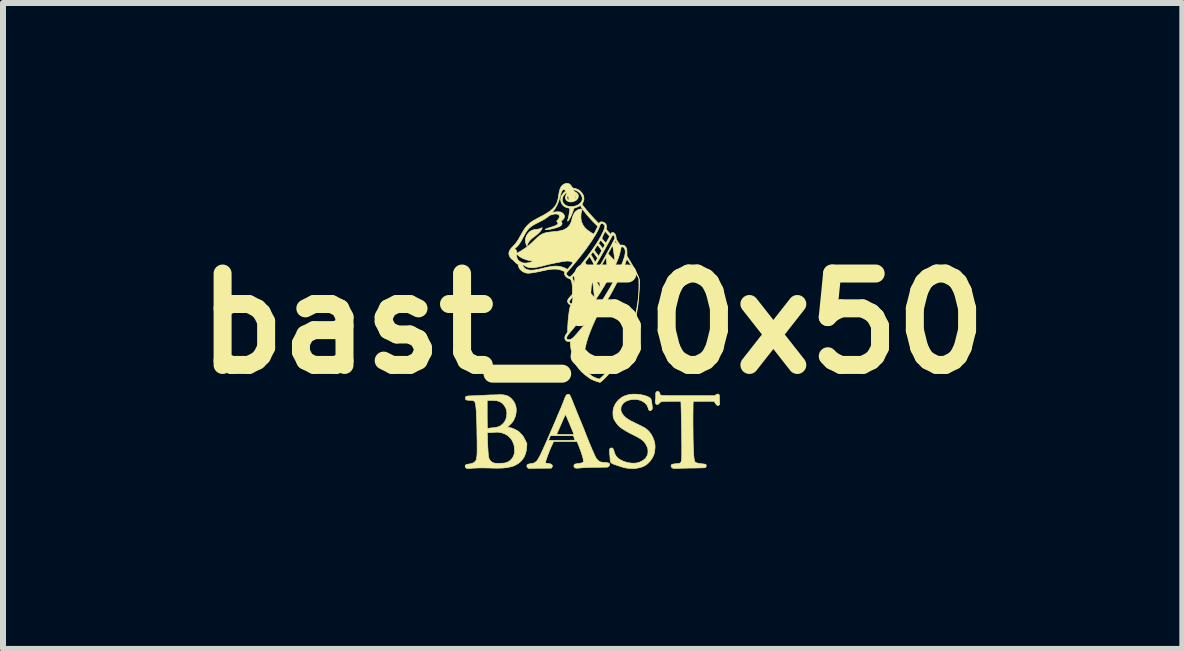
<source format=kicad_pcb>
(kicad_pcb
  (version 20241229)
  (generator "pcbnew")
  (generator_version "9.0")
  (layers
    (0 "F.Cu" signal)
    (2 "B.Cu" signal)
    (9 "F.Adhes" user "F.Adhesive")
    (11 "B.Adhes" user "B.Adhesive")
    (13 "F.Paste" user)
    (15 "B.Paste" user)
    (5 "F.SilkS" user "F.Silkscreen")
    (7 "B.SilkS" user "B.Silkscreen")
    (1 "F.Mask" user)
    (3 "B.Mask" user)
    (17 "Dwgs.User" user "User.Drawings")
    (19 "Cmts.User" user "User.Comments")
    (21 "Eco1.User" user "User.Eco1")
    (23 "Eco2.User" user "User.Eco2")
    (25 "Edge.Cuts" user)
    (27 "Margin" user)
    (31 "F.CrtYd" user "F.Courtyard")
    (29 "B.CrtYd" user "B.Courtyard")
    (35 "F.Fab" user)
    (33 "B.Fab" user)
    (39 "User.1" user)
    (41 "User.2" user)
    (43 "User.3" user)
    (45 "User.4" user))
  (footprint "bast_50x50"
    (layer "F.Cu")
    (at 6.829 2.344)
    (property "Reference" "bast_50x50" (at 0 0 0) (layer "F.SilkS") (effects (font (size 1.524 1.524) (thickness 0.3))))
    (attr through_hole)
    (fp_poly (pts (xy -0.842 -1.594) (xy -0.846 -1.582) (xy -0.851 -1.571) (xy -0.862 -1.552) (xy -0.877 -1.532) (xy -0.898 -1.511) (xy -0.925 -1.487) (xy -0.961 -1.459) (xy -0.965 -1.455) (xy -1.001 -1.428) (xy -1.029 -1.404) (xy -1.05 -1.382) (xy -1.066 -1.36) (xy -1.078 -1.338) (xy -1.088 -1.314) (xy -1.09 -1.308) (xy -1.096 -1.288) (xy -1.104 -1.307) (xy -1.118 -1.35) (xy -1.121 -1.392) (xy -1.115 -1.433) (xy -1.099 -1.472) (xy -1.074 -1.508) (xy -1.07 -1.513) (xy -1.044 -1.537) (xy -1.017 -1.553) (xy -0.986 -1.564) (xy -0.949 -1.57) (xy -0.949 -1.57) (xy -0.914 -1.574) (xy -0.887 -1.58) (xy -0.866 -1.588) (xy -0.855 -1.594) (xy -0.845 -1.599) (xy -0.841 -1.599) (xy -0.842 -1.594)) (stroke (width 0.01) (type solid)) (fill yes) (layer "F.SilkS"))
    (fp_poly (pts (xy 0.769 1.18) (xy 0.819 1.188) (xy 0.867 1.199) (xy 0.908 1.213) (xy 0.924 1.22) (xy 0.942 1.231) (xy 0.958 1.242) (xy 0.967 1.251) (xy 0.974 1.265) (xy 0.98 1.289) (xy 0.986 1.323) (xy 0.991 1.368) (xy 0.993 1.385) (xy 0.995 1.404) (xy 0.994 1.416) (xy 0.992 1.425) (xy 0.986 1.434) (xy 0.983 1.437) (xy 0.968 1.45) (xy 0.954 1.453) (xy 0.942 1.446) (xy 0.931 1.431) (xy 0.924 1.406) (xy 0.924 1.406) (xy 0.912 1.373) (xy 0.892 1.343) (xy 0.863 1.316) (xy 0.826 1.293) (xy 0.804 1.283) (xy 0.767 1.271) (xy 0.73 1.264) (xy 0.688 1.264) (xy 0.665 1.265) (xy 0.614 1.273) (xy 0.57 1.288) (xy 0.533 1.308) (xy 0.504 1.335) (xy 0.483 1.368) (xy 0.474 1.392) (xy 0.469 1.425) (xy 0.474 1.46) (xy 0.489 1.494) (xy 0.512 1.527) (xy 0.543 1.56) (xy 0.583 1.59) (xy 0.601 1.601) (xy 0.616 1.61) (xy 0.639 1.623) (xy 0.668 1.637) (xy 0.699 1.653) (xy 0.732 1.669) (xy 0.742 1.674) (xy 0.781 1.693) (xy 0.812 1.708) (xy 0.837 1.721) (xy 0.857 1.732) (xy 0.873 1.741) (xy 0.886 1.75) (xy 0.899 1.76) (xy 0.911 1.77) (xy 0.947 1.806) (xy 0.979 1.851) (xy 1.005 1.901) (xy 1.025 1.955) (xy 1.037 2.008) (xy 1.039 2.03) (xy 1.04 2.053) (xy 1.039 2.08) (xy 1.036 2.103) (xy 1.032 2.138) (xy 1.026 2.166) (xy 1.018 2.19) (xy 1.007 2.215) (xy 0.991 2.244) (xy 0.987 2.251) (xy 0.953 2.298) (xy 0.915 2.336) (xy 0.872 2.367) (xy 0.823 2.39) (xy 0.766 2.405) (xy 0.72 2.413) (xy 0.698 2.415) (xy 0.68 2.417) (xy 0.668 2.417) (xy 0.664 2.417) (xy 0.657 2.417) (xy 0.642 2.415) (xy 0.621 2.414) (xy 0.607 2.413) (xy 0.586 2.411) (xy 0.567 2.409) (xy 0.548 2.405) (xy 0.528 2.401) (xy 0.504 2.394) (xy 0.473 2.385) (xy 0.46 2.381) (xy 0.411 2.365) (xy 0.371 2.351) (xy 0.34 2.339) (xy 0.318 2.328) (xy 0.307 2.32) (xy 0.303 2.315) (xy 0.3 2.31) (xy 0.297 2.302) (xy 0.295 2.292) (xy 0.293 2.278) (xy 0.291 2.258) (xy 0.289 2.23) (xy 0.286 2.195) (xy 0.284 2.175) (xy 0.282 2.145) (xy 0.281 2.123) (xy 0.281 2.108) (xy 0.282 2.098) (xy 0.284 2.09) (xy 0.287 2.085) (xy 0.298 2.075) (xy 0.314 2.072) (xy 0.33 2.076) (xy 0.338 2.083) (xy 0.343 2.092) (xy 0.35 2.108) (xy 0.356 2.128) (xy 0.358 2.136) (xy 0.372 2.175) (xy 0.391 2.209) (xy 0.417 2.238) (xy 0.45 2.263) (xy 0.492 2.285) (xy 0.513 2.295) (xy 0.575 2.315) (xy 0.639 2.325) (xy 0.677 2.327) (xy 0.719 2.325) (xy 0.754 2.319) (xy 0.786 2.308) (xy 0.815 2.294) (xy 0.848 2.274) (xy 0.873 2.253) (xy 0.892 2.23) (xy 0.905 2.206) (xy 0.914 2.188) (xy 0.918 2.173) (xy 0.921 2.157) (xy 0.922 2.136) (xy 0.922 2.129) (xy 0.921 2.106) (xy 0.919 2.089) (xy 0.915 2.073) (xy 0.907 2.055) (xy 0.903 2.045) (xy 0.889 2.018) (xy 0.875 1.994) (xy 0.86 1.974) (xy 0.842 1.955) (xy 0.821 1.937) (xy 0.795 1.919) (xy 0.763 1.9) (xy 0.724 1.879) (xy 0.68 1.857) (xy 0.648 1.841) (xy 0.617 1.825) (xy 0.589 1.81) (xy 0.566 1.797) (xy 0.55 1.787) (xy 0.545 1.784) (xy 0.524 1.771) (xy 0.5 1.756) (xy 0.484 1.746) (xy 0.457 1.726) (xy 0.429 1.699) (xy 0.402 1.667) (xy 0.377 1.632) (xy 0.358 1.598) (xy 0.347 1.574) (xy 0.342 1.551) (xy 0.339 1.521) (xy 0.338 1.488) (xy 0.34 1.454) (xy 0.344 1.423) (xy 0.349 1.405) (xy 0.37 1.354) (xy 0.4 1.308) (xy 0.438 1.266) (xy 0.482 1.232) (xy 0.483 1.231) (xy 0.514 1.213) (xy 0.548 1.199) (xy 0.587 1.188) (xy 0.626 1.181) (xy 0.669 1.176) (xy 0.718 1.176) (xy 0.769 1.18)) (stroke (width 0.01) (type solid)) (fill yes) (layer "F.SilkS"))
    (fp_poly (pts (xy 1.091 1.13) (xy 1.105 1.138) (xy 1.116 1.153) (xy 1.121 1.168) (xy 1.122 1.173) (xy 1.123 1.179) (xy 1.124 1.183) (xy 1.127 1.187) (xy 1.131 1.19) (xy 1.138 1.193) (xy 1.148 1.195) (xy 1.162 1.197) (xy 1.179 1.198) (xy 1.202 1.199) (xy 1.23 1.2) (xy 1.265 1.201) (xy 1.306 1.201) (xy 1.354 1.201) (xy 1.411 1.201) (xy 1.476 1.201) (xy 1.55 1.201) (xy 1.592 1.201) (xy 2.035 1.201) (xy 2.054 1.187) (xy 2.074 1.176) (xy 2.09 1.174) (xy 2.103 1.181) (xy 2.105 1.183) (xy 2.11 1.19) (xy 2.112 1.201) (xy 2.113 1.216) (xy 2.113 1.235) (xy 2.113 1.261) (xy 2.114 1.288) (xy 2.115 1.31) (xy 2.116 1.311) (xy 2.117 1.33) (xy 2.117 1.341) (xy 2.114 1.349) (xy 2.109 1.356) (xy 2.094 1.365) (xy 2.079 1.364) (xy 2.064 1.354) (xy 2.049 1.334) (xy 2.045 1.326) (xy 2.035 1.311) (xy 2.025 1.3) (xy 2.021 1.297) (xy 2.013 1.296) (xy 1.998 1.296) (xy 1.975 1.295) (xy 1.946 1.295) (xy 1.914 1.295) (xy 1.879 1.295) (xy 1.842 1.295) (xy 1.806 1.295) (xy 1.772 1.295) (xy 1.741 1.296) (xy 1.714 1.296) (xy 1.694 1.297) (xy 1.68 1.298) (xy 1.676 1.299) (xy 1.676 1.305) (xy 1.675 1.32) (xy 1.674 1.343) (xy 1.674 1.373) (xy 1.673 1.41) (xy 1.673 1.452) (xy 1.672 1.499) (xy 1.672 1.549) (xy 1.672 1.601) (xy 1.672 1.654) (xy 1.672 1.709) (xy 1.673 1.762) (xy 1.673 1.815) (xy 1.674 1.864) (xy 1.674 1.911) (xy 1.675 1.953) (xy 1.676 1.989) (xy 1.676 2.014) (xy 1.679 2.085) (xy 1.682 2.145) (xy 1.685 2.196) (xy 1.689 2.237) (xy 1.694 2.268) (xy 1.698 2.29) (xy 1.703 2.301) (xy 1.716 2.313) (xy 1.739 2.323) (xy 1.77 2.331) (xy 1.811 2.336) (xy 1.815 2.337) (xy 1.844 2.339) (xy 1.864 2.342) (xy 1.878 2.345) (xy 1.886 2.348) (xy 1.89 2.352) (xy 1.892 2.359) (xy 1.893 2.359) (xy 1.893 2.373) (xy 1.888 2.388) (xy 1.881 2.399) (xy 1.879 2.401) (xy 1.873 2.402) (xy 1.857 2.403) (xy 1.834 2.404) (xy 1.803 2.405) (xy 1.766 2.406) (xy 1.725 2.407) (xy 1.679 2.408) (xy 1.63 2.408) (xy 1.628 2.408) (xy 1.579 2.409) (xy 1.533 2.41) (xy 1.491 2.411) (xy 1.454 2.412) (xy 1.423 2.412) (xy 1.399 2.413) (xy 1.383 2.414) (xy 1.377 2.414) (xy 1.377 2.414) (xy 1.366 2.415) (xy 1.356 2.415) (xy 1.332 2.408) (xy 1.315 2.396) (xy 1.307 2.381) (xy 1.308 2.365) (xy 1.311 2.356) (xy 1.319 2.349) (xy 1.331 2.344) (xy 1.349 2.34) (xy 1.376 2.337) (xy 1.389 2.336) (xy 1.412 2.334) (xy 1.431 2.332) (xy 1.446 2.329) (xy 1.458 2.324) (xy 1.467 2.316) (xy 1.474 2.305) (xy 1.479 2.288) (xy 1.482 2.266) (xy 1.484 2.237) (xy 1.485 2.201) (xy 1.485 2.157) (xy 1.485 2.109) (xy 1.485 2.08) (xy 1.485 2.045) (xy 1.485 2.004) (xy 1.484 1.957) (xy 1.484 1.907) (xy 1.483 1.854) (xy 1.482 1.798) (xy 1.481 1.742) (xy 1.48 1.685) (xy 1.479 1.628) (xy 1.478 1.573) (xy 1.477 1.521) (xy 1.476 1.472) (xy 1.475 1.427) (xy 1.474 1.387) (xy 1.473 1.353) (xy 1.472 1.326) (xy 1.471 1.308) (xy 1.471 1.298) (xy 1.47 1.296) (xy 1.465 1.295) (xy 1.45 1.295) (xy 1.429 1.295) (xy 1.402 1.295) (xy 1.37 1.295) (xy 1.336 1.295) (xy 1.301 1.295) (xy 1.266 1.296) (xy 1.233 1.297) (xy 1.204 1.297) (xy 1.179 1.298) (xy 1.16 1.299) (xy 1.15 1.3) (xy 1.148 1.3) (xy 1.136 1.307) (xy 1.121 1.318) (xy 1.11 1.328) (xy 1.093 1.344) (xy 1.079 1.351) (xy 1.066 1.348) (xy 1.057 1.341) (xy 1.047 1.325) (xy 1.043 1.302) (xy 1.045 1.276) (xy 1.046 1.271) (xy 1.049 1.254) (xy 1.051 1.231) (xy 1.051 1.209) (xy 1.051 1.183) (xy 1.051 1.166) (xy 1.052 1.154) (xy 1.055 1.147) (xy 1.059 1.141) (xy 1.062 1.138) (xy 1.076 1.129) (xy 1.091 1.13)) (stroke (width 0.01) (type solid)) (fill yes) (layer "F.SilkS"))
    (fp_poly (pts (xy -0.397 1.179) (xy -0.391 1.181) (xy -0.386 1.185) (xy -0.381 1.193) (xy -0.374 1.204) (xy -0.367 1.22) (xy -0.357 1.242) (xy -0.345 1.27) (xy -0.331 1.305) (xy -0.314 1.349) (xy -0.305 1.372) (xy -0.287 1.415) (xy -0.268 1.463) (xy -0.247 1.514) (xy -0.227 1.563) (xy -0.209 1.607) (xy -0.202 1.623) (xy -0.186 1.66) (xy -0.171 1.699) (xy -0.156 1.735) (xy -0.142 1.769) (xy -0.132 1.796) (xy -0.127 1.808) (xy -0.107 1.861) (xy -0.084 1.917) (xy -0.061 1.975) (xy -0.037 2.032) (xy -0.014 2.087) (xy 0.008 2.137) (xy 0.028 2.182) (xy 0.045 2.22) (xy 0.046 2.221) (xy 0.065 2.253) (xy 0.089 2.28) (xy 0.116 2.299) (xy 0.125 2.304) (xy 0.141 2.308) (xy 0.164 2.312) (xy 0.194 2.315) (xy 0.204 2.316) (xy 0.235 2.318) (xy 0.258 2.322) (xy 0.272 2.328) (xy 0.281 2.335) (xy 0.284 2.346) (xy 0.284 2.351) (xy 0.28 2.364) (xy 0.269 2.378) (xy 0.255 2.389) (xy 0.241 2.393) (xy 0.24 2.393) (xy 0.232 2.393) (xy 0.215 2.394) (xy 0.19 2.394) (xy 0.159 2.394) (xy 0.123 2.395) (xy 0.084 2.395) (xy 0.061 2.395) (xy -0.016 2.396) (xy -0.084 2.398) (xy -0.141 2.401) (xy -0.188 2.404) (xy -0.189 2.405) (xy -0.224 2.408) (xy -0.251 2.41) (xy -0.27 2.41) (xy -0.284 2.408) (xy -0.294 2.404) (xy -0.302 2.398) (xy -0.307 2.392) (xy -0.314 2.376) (xy -0.312 2.362) (xy -0.305 2.351) (xy -0.299 2.346) (xy -0.291 2.341) (xy -0.278 2.338) (xy -0.259 2.335) (xy -0.245 2.334) (xy -0.22 2.33) (xy -0.196 2.325) (xy -0.179 2.32) (xy -0.175 2.319) (xy -0.155 2.309) (xy -0.156 2.278) (xy -0.158 2.26) (xy -0.164 2.233) (xy -0.174 2.199) (xy -0.186 2.16) (xy -0.201 2.117) (xy -0.219 2.07) (xy -0.236 2.026) (xy -0.26 1.966) (xy -0.651 1.966) (xy -0.675 2.018) (xy -0.69 2.049) (xy -0.705 2.084) (xy -0.72 2.12) (xy -0.734 2.157) (xy -0.748 2.193) (xy -0.76 2.227) (xy -0.771 2.258) (xy -0.779 2.284) (xy -0.784 2.303) (xy -0.786 2.315) (xy -0.786 2.318) (xy -0.782 2.323) (xy -0.775 2.326) (xy -0.762 2.329) (xy -0.741 2.332) (xy -0.724 2.334) (xy -0.7 2.34) (xy -0.682 2.35) (xy -0.672 2.364) (xy -0.671 2.38) (xy -0.679 2.396) (xy -0.68 2.398) (xy -0.69 2.41) (xy -0.857 2.411) (xy -0.897 2.411) (xy -0.935 2.411) (xy -0.969 2.412) (xy -0.997 2.412) (xy -1.019 2.413) (xy -1.033 2.414) (xy -1.036 2.414) (xy -1.052 2.415) (xy -1.062 2.414) (xy -1.079 2.407) (xy -1.092 2.393) (xy -1.097 2.376) (xy -1.097 2.375) (xy -1.094 2.359) (xy -1.085 2.348) (xy -1.067 2.341) (xy -1.042 2.336) (xy -1.009 2.331) (xy -0.983 2.325) (xy -0.962 2.315) (xy -0.943 2.3) (xy -0.939 2.297) (xy -0.93 2.288) (xy -0.92 2.275) (xy -0.91 2.259) (xy -0.898 2.239) (xy -0.884 2.214) (xy -0.869 2.183) (xy -0.851 2.146) (xy -0.831 2.102) (xy -0.808 2.051) (xy -0.782 1.992) (xy -0.761 1.946) (xy -0.737 1.946) (xy -0.516 1.946) (xy -0.469 1.946) (xy -0.426 1.945) (xy -0.388 1.945) (xy -0.354 1.944) (xy -0.327 1.944) (xy -0.308 1.943) (xy -0.297 1.942) (xy -0.295 1.942) (xy -0.296 1.936) (xy -0.301 1.923) (xy -0.307 1.906) (xy -0.308 1.904) (xy -0.322 1.869) (xy -0.705 1.869) (xy -0.712 1.888) (xy -0.72 1.907) (xy -0.728 1.925) (xy -0.728 1.927) (xy -0.737 1.946) (xy -0.761 1.946) (xy -0.752 1.924) (xy -0.74 1.897) (xy -0.727 1.868) (xy -0.717 1.844) (xy -0.599 1.844) (xy -0.594 1.846) (xy -0.58 1.847) (xy -0.557 1.848) (xy -0.526 1.849) (xy -0.489 1.849) (xy -0.455 1.849) (xy -0.311 1.849) (xy -0.34 1.777) (xy -0.349 1.754) (xy -0.361 1.727) (xy -0.373 1.697) (xy -0.387 1.665) (xy -0.4 1.633) (xy -0.414 1.602) (xy -0.426 1.573) (xy -0.436 1.549) (xy -0.444 1.531) (xy -0.449 1.52) (xy -0.451 1.517) (xy -0.454 1.519) (xy -0.461 1.531) (xy -0.471 1.551) (xy -0.485 1.581) (xy -0.501 1.619) (xy -0.511 1.641) (xy -0.524 1.671) (xy -0.539 1.706) (xy -0.555 1.742) (xy -0.568 1.772) (xy -0.579 1.796) (xy -0.589 1.817) (xy -0.595 1.833) (xy -0.599 1.843) (xy -0.599 1.844) (xy -0.717 1.844) (xy -0.712 1.832) (xy -0.695 1.793) (xy -0.678 1.754) (xy -0.663 1.72) (xy -0.648 1.684) (xy -0.632 1.647) (xy -0.616 1.611) (xy -0.603 1.579) (xy -0.592 1.552) (xy -0.592 1.552) (xy -0.58 1.523) (xy -0.567 1.494) (xy -0.556 1.467) (xy -0.546 1.446) (xy -0.546 1.445) (xy -0.536 1.422) (xy -0.522 1.39) (xy -0.507 1.352) (xy -0.49 1.309) (xy -0.472 1.263) (xy -0.461 1.233) (xy -0.449 1.207) (xy -0.437 1.19) (xy -0.423 1.181) (xy -0.41 1.179) (xy -0.403 1.179) (xy -0.397 1.179)) (stroke (width 0.01) (type solid)) (fill yes) (layer "F.SilkS"))
    (fp_poly (pts (xy -1.492 1.187) (xy -1.454 1.194) (xy -1.42 1.205) (xy -1.391 1.221) (xy -1.363 1.243) (xy -1.349 1.257) (xy -1.316 1.297) (xy -1.293 1.341) (xy -1.278 1.389) (xy -1.273 1.439) (xy -1.277 1.492) (xy -1.29 1.547) (xy -1.311 1.598) (xy -1.321 1.618) (xy -1.332 1.635) (xy -1.346 1.652) (xy -1.364 1.671) (xy -1.375 1.682) (xy -1.421 1.726) (xy -1.385 1.732) (xy -1.352 1.74) (xy -1.312 1.756) (xy -1.295 1.764) (xy -1.269 1.777) (xy -1.248 1.79) (xy -1.23 1.803) (xy -1.21 1.821) (xy -1.201 1.831) (xy -1.182 1.85) (xy -1.168 1.866) (xy -1.157 1.882) (xy -1.145 1.902) (xy -1.132 1.928) (xy -1.128 1.936) (xy -1.096 1.999) (xy -1.099 2.052) (xy -1.106 2.116) (xy -1.121 2.173) (xy -1.143 2.224) (xy -1.173 2.269) (xy -1.211 2.308) (xy -1.243 2.333) (xy -1.27 2.35) (xy -1.293 2.362) (xy -1.315 2.372) (xy -1.342 2.381) (xy -1.374 2.389) (xy -1.378 2.39) (xy -1.407 2.396) (xy -1.438 2.401) (xy -1.47 2.405) (xy -1.505 2.408) (xy -1.545 2.409) (xy -1.591 2.41) (xy -1.644 2.409) (xy -1.706 2.408) (xy -1.714 2.407) (xy -1.783 2.406) (xy -1.844 2.405) (xy -1.901 2.406) (xy -1.955 2.408) (xy -2.011 2.411) (xy -2.07 2.415) (xy -2.071 2.415) (xy -2.088 2.415) (xy -2.102 2.412) (xy -2.104 2.411) (xy -2.118 2.399) (xy -2.125 2.383) (xy -2.124 2.367) (xy -2.124 2.365) (xy -2.119 2.358) (xy -2.111 2.352) (xy -2.097 2.347) (xy -2.076 2.343) (xy -2.047 2.338) (xy -2.043 2.338) (xy -2.006 2.329) (xy -1.976 2.314) (xy -1.954 2.293) (xy -1.949 2.285) (xy -1.943 2.274) (xy -1.938 2.26) (xy -1.935 2.244) (xy -1.932 2.225) (xy -1.929 2.2) (xy -1.927 2.171) (xy -1.926 2.135) (xy -1.926 2.092) (xy -1.926 2.041) (xy -1.926 1.982) (xy -1.927 1.928) (xy -1.929 1.831) (xy -1.929 1.808) (xy -1.758 1.808) (xy -1.755 1.879) (xy -1.754 1.914) (xy -1.753 1.953) (xy -1.751 1.993) (xy -1.75 2.023) (xy -1.747 2.075) (xy -1.744 2.123) (xy -1.741 2.165) (xy -1.737 2.201) (xy -1.733 2.228) (xy -1.729 2.243) (xy -1.716 2.273) (xy -1.694 2.297) (xy -1.666 2.316) (xy -1.633 2.327) (xy -1.631 2.327) (xy -1.613 2.329) (xy -1.588 2.33) (xy -1.558 2.33) (xy -1.527 2.328) (xy -1.497 2.327) (xy -1.472 2.324) (xy -1.453 2.321) (xy -1.45 2.32) (xy -1.41 2.305) (xy -1.377 2.283) (xy -1.348 2.254) (xy -1.336 2.238) (xy -1.317 2.203) (xy -1.306 2.166) (xy -1.302 2.134) (xy -1.302 2.08) (xy -1.311 2.028) (xy -1.328 1.98) (xy -1.351 1.935) (xy -1.381 1.897) (xy -1.417 1.866) (xy -1.42 1.864) (xy -1.462 1.84) (xy -1.509 1.822) (xy -1.558 1.812) (xy -1.566 1.811) (xy -1.584 1.81) (xy -1.609 1.81) (xy -1.638 1.812) (xy -1.667 1.814) (xy -1.668 1.814) (xy -1.698 1.816) (xy -1.72 1.817) (xy -1.735 1.817) (xy -1.745 1.815) (xy -1.747 1.814) (xy -1.758 1.808) (xy -1.929 1.808) (xy -1.93 1.743) (xy -1.932 1.665) (xy -1.934 1.596) (xy -1.937 1.535) (xy -1.939 1.482) (xy -1.942 1.437) (xy -1.946 1.399) (xy -1.949 1.368) (xy -1.953 1.343) (xy -1.958 1.324) (xy -1.959 1.319) (xy -1.966 1.304) (xy -1.975 1.292) (xy -1.987 1.286) (xy -1.758 1.286) (xy -1.758 1.52) (xy -1.758 1.577) (xy -1.757 1.624) (xy -1.757 1.662) (xy -1.757 1.692) (xy -1.756 1.715) (xy -1.755 1.732) (xy -1.754 1.743) (xy -1.753 1.748) (xy -1.751 1.749) (xy -1.751 1.749) (xy -1.744 1.747) (xy -1.729 1.744) (xy -1.708 1.741) (xy -1.683 1.738) (xy -1.677 1.738) (xy -1.634 1.733) (xy -1.598 1.727) (xy -1.569 1.718) (xy -1.545 1.708) (xy -1.525 1.695) (xy -1.49 1.664) (xy -1.464 1.63) (xy -1.446 1.591) (xy -1.434 1.546) (xy -1.433 1.532) (xy -1.43 1.493) (xy -1.433 1.459) (xy -1.442 1.425) (xy -1.453 1.399) (xy -1.477 1.36) (xy -1.506 1.329) (xy -1.541 1.305) (xy -1.584 1.289) (xy -1.588 1.288) (xy -1.605 1.285) (xy -1.628 1.283) (xy -1.656 1.281) (xy -1.684 1.28) (xy -1.71 1.28) (xy -1.732 1.281) (xy -1.746 1.283) (xy -1.758 1.286) (xy -1.987 1.286) (xy -1.99 1.285) (xy -2.01 1.281) (xy -2.038 1.279) (xy -2.053 1.278) (xy -2.081 1.277) (xy -2.1 1.274) (xy -2.112 1.269) (xy -2.118 1.26) (xy -2.12 1.246) (xy -2.12 1.242) (xy -2.12 1.231) (xy -2.118 1.223) (xy -2.113 1.217) (xy -2.104 1.212) (xy -2.091 1.209) (xy -2.07 1.206) (xy -2.043 1.205) (xy -2.007 1.203) (xy -1.995 1.203) (xy -1.955 1.202) (xy -1.911 1.2) (xy -1.867 1.198) (xy -1.827 1.196) (xy -1.798 1.194) (xy -1.768 1.192) (xy -1.739 1.191) (xy -1.715 1.19) (xy -1.697 1.189) (xy -1.689 1.189) (xy -1.677 1.189) (xy -1.657 1.189) (xy -1.632 1.188) (xy -1.603 1.187) (xy -1.589 1.186) (xy -1.536 1.185) (xy -1.492 1.187)) (stroke (width 0.01) (type solid)) (fill yes) (layer "F.SilkS"))
    (fp_poly (pts (xy -0.398 -2.333) (xy -0.374 -2.317) (xy -0.355 -2.293) (xy -0.352 -2.289) (xy -0.343 -2.273) (xy -0.336 -2.264) (xy -0.328 -2.259) (xy -0.317 -2.258) (xy -0.316 -2.257) (xy -0.287 -2.252) (xy -0.256 -2.24) (xy -0.227 -2.225) (xy -0.217 -2.218) (xy -0.188 -2.19) (xy -0.166 -2.159) (xy -0.151 -2.126) (xy -0.145 -2.092) (xy -0.147 -2.058) (xy -0.158 -2.027) (xy -0.165 -2.014) (xy -0.173 -2.002) (xy -0.177 -1.993) (xy -0.178 -1.992) (xy -0.174 -1.984) (xy -0.165 -1.97) (xy -0.151 -1.951) (xy -0.131 -1.927) (xy -0.109 -1.899) (xy -0.084 -1.869) (xy -0.056 -1.838) (xy -0.028 -1.806) (xy 0.001 -1.774) (xy 0.029 -1.744) (xy 0.042 -1.73) (xy 0.101 -1.669) (xy 0.116 -1.683) (xy 0.127 -1.692) (xy 0.137 -1.696) (xy 0.151 -1.696) (xy 0.157 -1.696) (xy 0.185 -1.688) (xy 0.208 -1.673) (xy 0.224 -1.65) (xy 0.231 -1.63) (xy 0.232 -1.609) (xy 0.226 -1.583) (xy 0.226 -1.582) (xy 0.226 -1.576) (xy 0.23 -1.567) (xy 0.24 -1.555) (xy 0.255 -1.537) (xy 0.262 -1.529) (xy 0.302 -1.487) (xy 0.309 -1.503) (xy 0.317 -1.514) (xy 0.327 -1.519) (xy 0.333 -1.519) (xy 0.35 -1.514) (xy 0.366 -1.501) (xy 0.379 -1.482) (xy 0.387 -1.458) (xy 0.391 -1.432) (xy 0.391 -1.43) (xy 0.392 -1.418) (xy 0.395 -1.407) (xy 0.401 -1.394) (xy 0.411 -1.377) (xy 0.422 -1.36) (xy 0.435 -1.341) (xy 0.446 -1.325) (xy 0.453 -1.315) (xy 0.455 -1.311) (xy 0.461 -1.31) (xy 0.474 -1.31) (xy 0.484 -1.31) (xy 0.511 -1.307) (xy 0.534 -1.296) (xy 0.552 -1.275) (xy 0.559 -1.265) (xy 0.564 -1.254) (xy 0.568 -1.243) (xy 0.57 -1.23) (xy 0.571 -1.213) (xy 0.572 -1.188) (xy 0.572 -1.184) (xy 0.572 -1.125) (xy 0.6 -1.079) (xy 0.63 -1.03) (xy 0.659 -0.981) (xy 0.686 -0.933) (xy 0.711 -0.887) (xy 0.733 -0.845) (xy 0.751 -0.807) (xy 0.765 -0.775) (xy 0.775 -0.75) (xy 0.778 -0.739) (xy 0.78 -0.722) (xy 0.781 -0.696) (xy 0.781 -0.662) (xy 0.78 -0.623) (xy 0.778 -0.578) (xy 0.775 -0.53) (xy 0.771 -0.48) (xy 0.767 -0.428) (xy 0.762 -0.377) (xy 0.757 -0.328) (xy 0.751 -0.282) (xy 0.749 -0.267) (xy 0.723 -0.115) (xy 0.689 0.031) (xy 0.648 0.17) (xy 0.598 0.303) (xy 0.541 0.431) (xy 0.475 0.552) (xy 0.401 0.668) (xy 0.319 0.779) (xy 0.256 0.855) (xy 0.239 0.873) (xy 0.219 0.893) (xy 0.199 0.914) (xy 0.178 0.934) (xy 0.159 0.952) (xy 0.142 0.966) (xy 0.13 0.976) (xy 0.123 0.98) (xy 0.122 0.98) (xy 0.117 0.979) (xy 0.103 0.975) (xy 0.085 0.969) (xy 0.074 0.966) (xy 0.017 0.946) (xy -0.031 0.923) (xy -0.064 0.901) (xy -0.081 0.888) (xy -0.102 0.873) (xy -0.123 0.857) (xy -0.128 0.853) (xy -0.184 0.804) (xy -0.233 0.749) (xy -0.275 0.688) (xy -0.307 0.623) (xy -0.309 0.62) (xy -0.322 0.584) (xy -0.331 0.554) (xy -0.145 0.554) (xy -0.144 0.62) (xy -0.136 0.68) (xy -0.121 0.734) (xy -0.099 0.782) (xy -0.088 0.8) (xy -0.055 0.839) (xy -0.015 0.872) (xy 0.012 0.888) (xy 0.03 0.896) (xy 0.051 0.905) (xy 0.073 0.913) (xy 0.092 0.919) (xy 0.107 0.923) (xy 0.112 0.924) (xy 0.117 0.921) (xy 0.129 0.911) (xy 0.145 0.896) (xy 0.165 0.877) (xy 0.188 0.855) (xy 0.198 0.845) (xy 0.267 0.77) (xy 0.33 0.694) (xy 0.389 0.615) (xy 0.444 0.528) (xy 0.475 0.475) (xy 0.535 0.361) (xy 0.589 0.241) (xy 0.637 0.117) (xy 0.678 -0.011) (xy 0.712 -0.141) (xy 0.739 -0.271) (xy 0.758 -0.401) (xy 0.769 -0.528) (xy 0.772 -0.652) (xy 0.771 -0.664) (xy 0.77 -0.746) (xy 0.735 -0.816) (xy 0.723 -0.837) (xy 0.709 -0.862) (xy 0.692 -0.89) (xy 0.674 -0.92) (xy 0.656 -0.95) (xy 0.637 -0.979) (xy 0.619 -1.007) (xy 0.603 -1.031) (xy 0.589 -1.051) (xy 0.578 -1.065) (xy 0.571 -1.073) (xy 0.569 -1.073) (xy 0.566 -1.067) (xy 0.561 -1.053) (xy 0.554 -1.034) (xy 0.545 -1.011) (xy 0.544 -1.006) (xy 0.533 -0.975) (xy 0.522 -0.944) (xy 0.51 -0.914) (xy 0.496 -0.881) (xy 0.48 -0.844) (xy 0.461 -0.802) (xy 0.438 -0.753) (xy 0.433 -0.744) (xy 0.364 -0.606) (xy 0.292 -0.474) (xy 0.213 -0.347) (xy 0.147 -0.249) (xy 0.118 -0.204) (xy 0.093 -0.163) (xy 0.07 -0.121) (xy 0.054 -0.087) (xy 0.003 0.025) (xy -0.04 0.129) (xy -0.076 0.227) (xy -0.104 0.319) (xy -0.125 0.404) (xy -0.139 0.482) (xy -0.145 0.554) (xy -0.331 0.554) (xy -0.334 0.542) (xy -0.346 0.497) (xy -0.356 0.451) (xy -0.364 0.406) (xy -0.369 0.366) (xy -0.371 0.332) (xy -0.371 0.33) (xy -0.371 0.301) (xy -0.401 0.299) (xy -0.426 0.295) (xy -0.443 0.286) (xy -0.455 0.271) (xy -0.461 0.26) (xy -0.464 0.243) (xy -0.436 0.243) (xy -0.433 0.252) (xy -0.427 0.259) (xy -0.412 0.267) (xy -0.393 0.269) (xy -0.371 0.264) (xy -0.364 0.261) (xy -0.35 0.253) (xy -0.336 0.243) (xy -0.322 0.231) (xy -0.305 0.214) (xy -0.285 0.192) (xy -0.26 0.164) (xy -0.257 0.161) (xy -0.132 0.012) (xy -0.016 -0.137) (xy 0.091 -0.285) (xy 0.19 -0.434) (xy 0.282 -0.586) (xy 0.348 -0.705) (xy 0.394 -0.793) (xy 0.433 -0.873) (xy 0.467 -0.945) (xy 0.494 -1.01) (xy 0.515 -1.067) (xy 0.531 -1.116) (xy 0.54 -1.158) (xy 0.543 -1.192) (xy 0.543 -1.194) (xy 0.541 -1.224) (xy 0.533 -1.249) (xy 0.522 -1.267) (xy 0.507 -1.277) (xy 0.492 -1.279) (xy 0.476 -1.278) (xy 0.464 -1.223) (xy 0.454 -1.177) (xy 0.441 -1.132) (xy 0.425 -1.085) (xy 0.405 -1.035) (xy 0.382 -0.982) (xy 0.354 -0.924) (xy 0.322 -0.86) (xy 0.284 -0.788) (xy 0.281 -0.782) (xy 0.232 -0.694) (xy 0.182 -0.609) (xy 0.131 -0.525) (xy 0.077 -0.442) (xy 0.02 -0.359) (xy -0.041 -0.275) (xy -0.106 -0.188) (xy -0.176 -0.098) (xy -0.252 -0.004) (xy -0.335 0.096) (xy -0.355 0.12) (xy -0.383 0.153) (xy -0.405 0.18) (xy -0.42 0.202) (xy -0.43 0.219) (xy -0.435 0.232) (xy -0.436 0.243) (xy -0.464 0.243) (xy -0.465 0.237) (xy -0.46 0.21) (xy -0.445 0.181) (xy -0.431 0.162) (xy -0.424 0.151) (xy -0.419 0.141) (xy -0.417 0.129) (xy -0.417 0.11) (xy -0.417 0.103) (xy -0.416 0.057) (xy -0.413 0.008) (xy -0.41 -0.043) (xy -0.405 -0.094) (xy -0.399 -0.144) (xy -0.393 -0.191) (xy -0.386 -0.233) (xy -0.379 -0.269) (xy -0.371 -0.297) (xy -0.368 -0.306) (xy -0.368 -0.313) (xy -0.372 -0.315) (xy -0.381 -0.318) (xy -0.33 -0.318) (xy -0.33 -0.234) (xy -0.329 -0.181) (xy -0.326 -0.13) (xy -0.32 -0.085) (xy -0.313 -0.046) (xy -0.309 -0.029) (xy -0.306 -0.021) (xy -0.305 -0.018) (xy -0.303 -0.021) (xy -0.302 -0.031) (xy -0.301 -0.048) (xy -0.3 -0.075) (xy -0.299 -0.081) (xy -0.298 -0.111) (xy -0.296 -0.148) (xy -0.295 -0.188) (xy -0.293 -0.228) (xy -0.292 -0.257) (xy -0.289 -0.358) (xy -0.31 -0.338) (xy -0.33 -0.318) (xy -0.381 -0.318) (xy -0.384 -0.319) (xy -0.397 -0.329) (xy -0.408 -0.343) (xy -0.416 -0.357) (xy -0.416 -0.357) (xy -0.417 -0.363) (xy -0.391 -0.363) (xy -0.389 -0.356) (xy -0.385 -0.349) (xy -0.379 -0.343) (xy -0.365 -0.333) (xy -0.351 -0.331) (xy -0.336 -0.338) (xy -0.318 -0.354) (xy -0.278 -0.399) (xy -0.276 -0.401) (xy -0.248 -0.401) (xy -0.244 -0.396) (xy -0.235 -0.384) (xy -0.221 -0.369) (xy -0.204 -0.35) (xy -0.186 -0.329) (xy -0.168 -0.309) (xy -0.149 -0.289) (xy -0.133 -0.272) (xy -0.12 -0.258) (xy -0.111 -0.249) (xy -0.108 -0.247) (xy -0.108 -0.253) (xy -0.109 -0.268) (xy -0.111 -0.29) (xy -0.114 -0.319) (xy -0.117 -0.352) (xy -0.12 -0.389) (xy -0.121 -0.398) (xy -0.135 -0.544) (xy -0.192 -0.475) (xy -0.211 -0.452) (xy -0.226 -0.432) (xy -0.238 -0.416) (xy -0.246 -0.406) (xy -0.248 -0.401) (xy -0.276 -0.401) (xy -0.235 -0.451) (xy -0.189 -0.507) (xy -0.142 -0.568) (xy -0.128 -0.586) (xy -0.102 -0.586) (xy -0.098 -0.581) (xy -0.09 -0.571) (xy -0.077 -0.556) (xy -0.061 -0.537) (xy -0.044 -0.517) (xy -0.025 -0.497) (xy -0.008 -0.477) (xy 0.007 -0.461) (xy 0.019 -0.448) (xy 0.027 -0.44) (xy 0.029 -0.439) (xy 0.029 -0.444) (xy 0.027 -0.458) (xy 0.025 -0.479) (xy 0.022 -0.507) (xy 0.019 -0.539) (xy 0.015 -0.569) (xy 0.011 -0.605) (xy 0.007 -0.638) (xy 0.003 -0.666) (xy 0.000169 -0.689) (xy -0.002 -0.704) (xy -0.003 -0.71) (xy -0.005 -0.714) (xy -0.008 -0.713) (xy -0.014 -0.707) (xy -0.024 -0.696) (xy -0.037 -0.678) (xy -0.054 -0.655) (xy -0.07 -0.633) (xy -0.084 -0.613) (xy -0.094 -0.598) (xy -0.1 -0.588) (xy -0.102 -0.586) (xy -0.128 -0.586) (xy -0.095 -0.63) (xy -0.051 -0.692) (xy -0.009 -0.753) (xy -0.001 -0.765) (xy 0.025 -0.765) (xy 0.028 -0.759) (xy 0.035 -0.747) (xy 0.044 -0.73) (xy 0.057 -0.709) (xy 0.07 -0.687) (xy 0.084 -0.664) (xy 0.097 -0.642) (xy 0.109 -0.623) (xy 0.118 -0.609) (xy 0.123 -0.601) (xy 0.124 -0.6) (xy 0.124 -0.606) (xy 0.123 -0.62) (xy 0.121 -0.641) (xy 0.119 -0.669) (xy 0.115 -0.701) (xy 0.112 -0.737) (xy 0.112 -0.738) (xy 0.108 -0.774) (xy 0.105 -0.807) (xy 0.101 -0.835) (xy 0.099 -0.856) (xy 0.097 -0.871) (xy 0.096 -0.876) (xy 0.096 -0.876) (xy 0.092 -0.873) (xy 0.085 -0.863) (xy 0.075 -0.848) (xy 0.064 -0.83) (xy 0.052 -0.812) (xy 0.041 -0.794) (xy 0.032 -0.778) (xy 0.027 -0.768) (xy 0.025 -0.765) (xy -0.001 -0.765) (xy 0.028 -0.809) (xy 0.035 -0.82) (xy 0.053 -0.85) (xy 0.074 -0.885) (xy 0.097 -0.924) (xy 0.108 -0.943) (xy 0.132 -0.943) (xy 0.135 -0.938) (xy 0.143 -0.927) (xy 0.156 -0.911) (xy 0.171 -0.893) (xy 0.187 -0.873) (xy 0.204 -0.852) (xy 0.22 -0.833) (xy 0.234 -0.817) (xy 0.245 -0.805) (xy 0.251 -0.799) (xy 0.252 -0.799) (xy 0.252 -0.804) (xy 0.251 -0.818) (xy 0.249 -0.84) (xy 0.247 -0.868) (xy 0.244 -0.901) (xy 0.241 -0.938) (xy 0.24 -0.951) (xy 0.236 -0.989) (xy 0.233 -1.024) (xy 0.23 -1.053) (xy 0.227 -1.077) (xy 0.225 -1.094) (xy 0.224 -1.102) (xy 0.223 -1.102) (xy 0.22 -1.098) (xy 0.213 -1.087) (xy 0.203 -1.07) (xy 0.191 -1.049) (xy 0.178 -1.027) (xy 0.165 -1.004) (xy 0.153 -0.982) (xy 0.143 -0.964) (xy 0.135 -0.95) (xy 0.132 -0.943) (xy 0.132 -0.943) (xy 0.108 -0.943) (xy 0.122 -0.966) (xy 0.147 -1.011) (xy 0.174 -1.058) (xy 0.201 -1.105) (xy 0.227 -1.153) (xy 0.234 -1.166) (xy 0.256 -1.166) (xy 0.312 -1.107) (xy 0.331 -1.087) (xy 0.348 -1.07) (xy 0.36 -1.058) (xy 0.368 -1.05) (xy 0.37 -1.049) (xy 0.369 -1.054) (xy 0.368 -1.068) (xy 0.365 -1.089) (xy 0.361 -1.116) (xy 0.357 -1.148) (xy 0.353 -1.177) (xy 0.348 -1.211) (xy 0.343 -1.242) (xy 0.339 -1.268) (xy 0.336 -1.288) (xy 0.334 -1.301) (xy 0.333 -1.304) (xy 0.331 -1.3) (xy 0.324 -1.289) (xy 0.314 -1.272) (xy 0.302 -1.25) (xy 0.294 -1.235) (xy 0.256 -1.166) (xy 0.234 -1.166) (xy 0.252 -1.199) (xy 0.277 -1.243) (xy 0.299 -1.285) (xy 0.32 -1.323) (xy 0.337 -1.357) (xy 0.341 -1.365) (xy 0.367 -1.365) (xy 0.367 -1.36) (xy 0.372 -1.354) (xy 0.382 -1.345) (xy 0.396 -1.334) (xy 0.411 -1.323) (xy 0.419 -1.318) (xy 0.42 -1.318) (xy 0.417 -1.324) (xy 0.414 -1.33) (xy 0.398 -1.353) (xy 0.387 -1.369) (xy 0.38 -1.378) (xy 0.375 -1.382) (xy 0.372 -1.38) (xy 0.369 -1.374) (xy 0.368 -1.371) (xy 0.367 -1.365) (xy 0.341 -1.365) (xy 0.352 -1.385) (xy 0.362 -1.407) (xy 0.369 -1.421) (xy 0.371 -1.428) (xy 0.368 -1.44) (xy 0.362 -1.454) (xy 0.354 -1.469) (xy 0.346 -1.479) (xy 0.342 -1.482) (xy 0.338 -1.478) (xy 0.33 -1.467) (xy 0.319 -1.45) (xy 0.306 -1.427) (xy 0.294 -1.406) (xy 0.273 -1.366) (xy 0.247 -1.32) (xy 0.219 -1.269) (xy 0.189 -1.215) (xy 0.158 -1.16) (xy 0.128 -1.107) (xy 0.1 -1.056) (xy 0.074 -1.012) (xy 0.062 -0.991) (xy -0.011 -0.871) (xy -0.089 -0.754) (xy -0.173 -0.639) (xy -0.266 -0.524) (xy -0.31 -0.473) (xy -0.337 -0.442) (xy -0.358 -0.417) (xy -0.373 -0.398) (xy -0.384 -0.383) (xy -0.389 -0.372) (xy -0.391 -0.363) (xy -0.417 -0.363) (xy -0.419 -0.373) (xy -0.417 -0.388) (xy -0.409 -0.406) (xy -0.394 -0.426) (xy -0.375 -0.448) (xy -0.338 -0.489) (xy -0.338 -0.568) (xy -0.339 -0.609) (xy -0.341 -0.642) (xy -0.344 -0.668) (xy -0.347 -0.682) (xy -0.354 -0.708) (xy -0.361 -0.726) (xy -0.369 -0.738) (xy -0.379 -0.746) (xy -0.393 -0.75) (xy -0.393 -0.751) (xy -0.415 -0.76) (xy -0.423 -0.765) (xy -0.338 -0.765) (xy -0.333 -0.748) (xy -0.33 -0.74) (xy -0.319 -0.708) (xy -0.311 -0.668) (xy -0.306 -0.622) (xy -0.305 -0.585) (xy -0.304 -0.531) (xy -0.289 -0.549) (xy -0.276 -0.564) (xy -0.264 -0.579) (xy -0.261 -0.582) (xy -0.249 -0.598) (xy -0.261 -0.648) (xy -0.272 -0.686) (xy -0.283 -0.723) (xy -0.296 -0.756) (xy -0.307 -0.782) (xy -0.308 -0.783) (xy -0.314 -0.793) (xy -0.318 -0.795) (xy -0.325 -0.79) (xy -0.325 -0.79) (xy -0.335 -0.778) (xy -0.338 -0.765) (xy -0.423 -0.765) (xy -0.435 -0.774) (xy -0.452 -0.791) (xy -0.464 -0.81) (xy -0.47 -0.828) (xy -0.47 -0.83) (xy -0.442 -0.83) (xy -0.438 -0.819) (xy -0.427 -0.807) (xy -0.413 -0.794) (xy -0.398 -0.783) (xy -0.385 -0.778) (xy -0.382 -0.777) (xy -0.374 -0.779) (xy -0.364 -0.786) (xy -0.351 -0.798) (xy -0.334 -0.817) (xy -0.33 -0.821) (xy -0.328 -0.824) (xy -0.29 -0.824) (xy -0.288 -0.818) (xy -0.282 -0.804) (xy -0.275 -0.787) (xy -0.272 -0.782) (xy -0.262 -0.758) (xy -0.252 -0.731) (xy -0.241 -0.697) (xy -0.229 -0.655) (xy -0.226 -0.641) (xy -0.222 -0.635) (xy -0.221 -0.635) (xy -0.217 -0.639) (xy -0.209 -0.649) (xy -0.197 -0.665) (xy -0.183 -0.683) (xy -0.147 -0.73) (xy -0.16 -0.779) (xy -0.165 -0.797) (xy -0.172 -0.819) (xy -0.18 -0.843) (xy -0.188 -0.867) (xy -0.196 -0.888) (xy -0.203 -0.905) (xy -0.208 -0.916) (xy -0.211 -0.919) (xy -0.215 -0.916) (xy -0.224 -0.906) (xy -0.236 -0.892) (xy -0.249 -0.876) (xy -0.263 -0.859) (xy -0.275 -0.844) (xy -0.285 -0.832) (xy -0.289 -0.825) (xy -0.29 -0.824) (xy -0.328 -0.824) (xy -0.242 -0.925) (xy -0.224 -0.947) (xy -0.184 -0.947) (xy -0.182 -0.936) (xy -0.176 -0.92) (xy -0.168 -0.901) (xy -0.158 -0.876) (xy -0.147 -0.848) (xy -0.139 -0.824) (xy -0.137 -0.817) (xy -0.132 -0.798) (xy -0.127 -0.783) (xy -0.124 -0.773) (xy -0.124 -0.773) (xy -0.12 -0.773) (xy -0.113 -0.781) (xy -0.103 -0.792) (xy -0.093 -0.806) (xy -0.083 -0.821) (xy -0.075 -0.834) (xy -0.071 -0.842) (xy -0.071 -0.844) (xy -0.074 -0.854) (xy -0.081 -0.872) (xy -0.092 -0.894) (xy -0.106 -0.921) (xy -0.122 -0.949) (xy -0.123 -0.951) (xy -0.15 -0.996) (xy -0.161 -0.982) (xy -0.173 -0.967) (xy -0.181 -0.956) (xy -0.184 -0.947) (xy -0.224 -0.947) (xy -0.163 -1.022) (xy -0.128 -1.022) (xy -0.103 -0.979) (xy -0.089 -0.957) (xy -0.076 -0.934) (xy -0.066 -0.913) (xy -0.063 -0.908) (xy -0.055 -0.893) (xy -0.049 -0.883) (xy -0.046 -0.879) (xy -0.042 -0.883) (xy -0.035 -0.894) (xy -0.024 -0.911) (xy -0.012 -0.931) (xy -0.011 -0.933) (xy 0.022 -0.987) (xy 0.013 -1.005) (xy 0.005 -1.022) (xy -0.006 -1.042) (xy -0.017 -1.063) (xy -0.028 -1.083) (xy -0.039 -1.1) (xy -0.046 -1.112) (xy -0.051 -1.117) (xy -0.051 -1.118) (xy -0.055 -1.114) (xy -0.064 -1.103) (xy -0.077 -1.088) (xy -0.091 -1.07) (xy -0.128 -1.022) (xy -0.163 -1.022) (xy -0.161 -1.025) (xy -0.086 -1.121) (xy -0.066 -1.149) (xy -0.031 -1.149) (xy -0.013 -1.121) (xy -0.001 -1.102) (xy 0.012 -1.078) (xy 0.021 -1.06) (xy 0.03 -1.044) (xy 0.037 -1.032) (xy 0.042 -1.027) (xy 0.042 -1.027) (xy 0.046 -1.032) (xy 0.054 -1.044) (xy 0.063 -1.059) (xy 0.064 -1.06) (xy 0.081 -1.091) (xy 0.053 -1.131) (xy 0.04 -1.15) (xy 0.027 -1.167) (xy 0.017 -1.179) (xy 0.014 -1.183) (xy 0.002 -1.194) (xy -0.031 -1.149) (xy -0.066 -1.149) (xy -0.018 -1.213) (xy -0.009 -1.227) (xy 0.027 -1.227) (xy 0.029 -1.22) (xy 0.037 -1.207) (xy 0.049 -1.191) (xy 0.049 -1.19) (xy 0.064 -1.172) (xy 0.077 -1.155) (xy 0.086 -1.141) (xy 0.086 -1.141) (xy 0.098 -1.121) (xy 0.11 -1.141) (xy 0.119 -1.157) (xy 0.13 -1.177) (xy 0.136 -1.187) (xy 0.143 -1.202) (xy 0.147 -1.212) (xy 0.146 -1.22) (xy 0.142 -1.229) (xy 0.141 -1.23) (xy 0.133 -1.243) (xy 0.122 -1.259) (xy 0.108 -1.277) (xy 0.107 -1.279) (xy 0.082 -1.311) (xy 0.056 -1.273) (xy 0.044 -1.255) (xy 0.035 -1.24) (xy 0.029 -1.229) (xy 0.027 -1.227) (xy -0.009 -1.227) (xy 0.042 -1.3) (xy 0.065 -1.336) (xy 0.099 -1.336) (xy 0.112 -1.322) (xy 0.122 -1.311) (xy 0.135 -1.295) (xy 0.147 -1.279) (xy 0.159 -1.264) (xy 0.166 -1.256) (xy 0.172 -1.256) (xy 0.179 -1.265) (xy 0.188 -1.281) (xy 0.191 -1.286) (xy 0.203 -1.31) (xy 0.169 -1.351) (xy 0.151 -1.371) (xy 0.139 -1.384) (xy 0.131 -1.388) (xy 0.13 -1.387) (xy 0.124 -1.38) (xy 0.117 -1.368) (xy 0.112 -1.359) (xy 0.099 -1.336) (xy 0.065 -1.336) (xy 0.094 -1.382) (xy 0.118 -1.422) (xy 0.152 -1.422) (xy 0.156 -1.417) (xy 0.164 -1.406) (xy 0.177 -1.391) (xy 0.186 -1.379) (xy 0.202 -1.362) (xy 0.212 -1.352) (xy 0.219 -1.347) (xy 0.223 -1.347) (xy 0.226 -1.35) (xy 0.23 -1.358) (xy 0.238 -1.373) (xy 0.249 -1.392) (xy 0.257 -1.407) (xy 0.283 -1.455) (xy 0.245 -1.497) (xy 0.207 -1.539) (xy 0.18 -1.483) (xy 0.169 -1.461) (xy 0.161 -1.442) (xy 0.155 -1.429) (xy 0.152 -1.422) (xy 0.152 -1.422) (xy 0.118 -1.422) (xy 0.121 -1.429) (xy 0.144 -1.47) (xy 0.164 -1.51) (xy 0.181 -1.546) (xy 0.193 -1.577) (xy 0.201 -1.603) (xy 0.203 -1.621) (xy 0.199 -1.638) (xy 0.186 -1.654) (xy 0.168 -1.666) (xy 0.168 -1.666) (xy 0.151 -1.67) (xy 0.138 -1.666) (xy 0.128 -1.653) (xy 0.12 -1.634) (xy 0.105 -1.594) (xy 0.083 -1.546) (xy 0.054 -1.493) (xy 0.019 -1.435) (xy -0.021 -1.372) (xy -0.067 -1.306) (xy -0.117 -1.236) (xy -0.172 -1.164) (xy -0.23 -1.09) (xy -0.292 -1.014) (xy -0.356 -0.938) (xy -0.41 -0.876) (xy -0.425 -0.859) (xy -0.436 -0.843) (xy -0.441 -0.832) (xy -0.442 -0.83) (xy -0.47 -0.83) (xy -0.469 -0.845) (xy -0.468 -0.847) (xy -0.464 -0.857) (xy -0.462 -0.861) (xy -0.467 -0.865) (xy -0.478 -0.871) (xy -0.493 -0.879) (xy -0.494 -0.879) (xy -0.535 -0.895) (xy -0.579 -0.905) (xy -0.627 -0.909) (xy -0.679 -0.907) (xy -0.738 -0.9) (xy -0.804 -0.887) (xy -0.826 -0.882) (xy -0.862 -0.874) (xy -0.901 -0.865) (xy -0.94 -0.858) (xy -0.979 -0.851) (xy -1.014 -0.846) (xy -1.045 -0.842) (xy -1.07 -0.84) (xy -1.087 -0.84) (xy -1.088 -0.84) (xy -1.123 -0.847) (xy -1.157 -0.862) (xy -1.188 -0.883) (xy -1.213 -0.908) (xy -1.229 -0.935) (xy -1.235 -0.952) (xy -1.238 -0.967) (xy -1.238 -0.972) (xy -1.163 -0.972) (xy -1.159 -0.958) (xy -1.149 -0.941) (xy -1.135 -0.925) (xy -1.127 -0.918) (xy -1.1 -0.903) (xy -1.067 -0.894) (xy -1.028 -0.89) (xy -0.981 -0.893) (xy -0.955 -0.896) (xy -0.933 -0.9) (xy -0.904 -0.906) (xy -0.871 -0.913) (xy -0.838 -0.921) (xy -0.824 -0.924) (xy -0.762 -0.939) (xy -0.708 -0.949) (xy -0.662 -0.956) (xy -0.622 -0.959) (xy -0.588 -0.958) (xy -0.585 -0.958) (xy -0.55 -0.953) (xy -0.515 -0.945) (xy -0.483 -0.935) (xy -0.456 -0.923) (xy -0.446 -0.917) (xy -0.433 -0.909) (xy -0.424 -0.905) (xy -0.422 -0.905) (xy -0.416 -0.91) (xy -0.406 -0.92) (xy -0.393 -0.935) (xy -0.378 -0.953) (xy -0.363 -0.971) (xy -0.349 -0.988) (xy -0.338 -1.003) (xy -0.331 -1.013) (xy -0.329 -1.018) (xy -0.337 -1.024) (xy -0.352 -1.03) (xy -0.371 -1.036) (xy -0.391 -1.041) (xy -0.393 -1.041) (xy -0.416 -1.043) (xy -0.446 -1.041) (xy -0.475 -1.038) (xy -0.496 -1.035) (xy -0.525 -1.03) (xy -0.559 -1.023) (xy -0.597 -1.016) (xy -0.636 -1.008) (xy -0.675 -1) (xy -0.712 -0.992) (xy -0.744 -0.984) (xy -0.771 -0.978) (xy -0.789 -0.973) (xy -0.79 -0.973) (xy -0.804 -0.969) (xy -0.825 -0.963) (xy -0.852 -0.957) (xy -0.881 -0.95) (xy -0.897 -0.947) (xy -0.929 -0.94) (xy -0.954 -0.935) (xy -0.974 -0.932) (xy -0.992 -0.931) (xy -1.009 -0.931) (xy -1.021 -0.931) (xy -1.053 -0.934) (xy -1.077 -0.939) (xy -1.097 -0.945) (xy -1.117 -0.956) (xy -1.127 -0.963) (xy -1.145 -0.974) (xy -1.156 -0.979) (xy -1.162 -0.979) (xy -1.163 -0.972) (xy -1.163 -0.972) (xy -1.238 -0.972) (xy -1.238 -0.973) (xy -1.239 -0.983) (xy -1.247 -0.989) (xy -1.251 -0.991) (xy -1.262 -0.998) (xy -1.277 -1.01) (xy -1.287 -1.019) (xy -1.3 -1.032) (xy -1.311 -1.044) (xy -1.316 -1.049) (xy -1.324 -1.057) (xy -1.337 -1.067) (xy -1.346 -1.073) (xy -1.368 -1.094) (xy -1.384 -1.12) (xy -1.393 -1.143) (xy -1.27 -1.143) (xy -1.267 -1.119) (xy -1.26 -1.093) (xy -1.25 -1.07) (xy -1.246 -1.063) (xy -1.232 -1.05) (xy -1.212 -1.035) (xy -1.19 -1.023) (xy -1.167 -1.014) (xy -1.158 -1.011) (xy -1.131 -1.009) (xy -1.1 -1.01) (xy -1.067 -1.014) (xy -1.049 -1.019) (xy -1.031 -1.025) (xy -1.015 -1.032) (xy -1.009 -1.035) (xy -0.995 -1.045) (xy -1.031 -1.048) (xy -1.077 -1.056) (xy -1.123 -1.07) (xy -1.169 -1.088) (xy -1.209 -1.111) (xy -1.243 -1.136) (xy -1.243 -1.137) (xy -1.27 -1.162) (xy -1.27 -1.143) (xy -1.393 -1.143) (xy -1.395 -1.148) (xy -1.397 -1.168) (xy -1.394 -1.193) (xy -1.384 -1.218) (xy -1.367 -1.244) (xy -1.366 -1.246) (xy -1.299 -1.246) (xy -1.296 -1.244) (xy -1.282 -1.234) (xy -1.271 -1.217) (xy -1.265 -1.198) (xy -1.265 -1.193) (xy -1.265 -1.173) (xy -1.236 -1.188) (xy -1.219 -1.197) (xy -1.197 -1.21) (xy -1.173 -1.225) (xy -1.158 -1.235) (xy -1.128 -1.255) (xy -1.101 -1.274) (xy -1.077 -1.293) (xy -1.052 -1.313) (xy -1.026 -1.336) (xy -0.996 -1.364) (xy -0.975 -1.384) (xy -0.939 -1.419) (xy -0.907 -1.448) (xy -0.879 -1.47) (xy -0.852 -1.488) (xy -0.825 -1.501) (xy -0.795 -1.511) (xy -0.762 -1.519) (xy -0.724 -1.525) (xy -0.677 -1.53) (xy -0.659 -1.532) (xy -0.612 -1.537) (xy -0.573 -1.541) (xy -0.542 -1.547) (xy -0.515 -1.553) (xy -0.493 -1.56) (xy -0.472 -1.568) (xy -0.468 -1.57) (xy -0.432 -1.592) (xy -0.4 -1.622) (xy -0.375 -1.658) (xy -0.357 -1.698) (xy -0.35 -1.723) (xy -0.34 -1.764) (xy -0.327 -1.802) (xy -0.311 -1.835) (xy -0.294 -1.86) (xy -0.28 -1.874) (xy -0.253 -1.892) (xy -0.227 -1.904) (xy -0.202 -1.91) (xy -0.182 -1.908) (xy -0.181 -1.907) (xy -0.177 -1.904) (xy -0.177 -1.898) (xy -0.18 -1.887) (xy -0.184 -1.875) (xy -0.192 -1.846) (xy -0.195 -1.811) (xy -0.196 -1.773) (xy -0.193 -1.735) (xy -0.186 -1.701) (xy -0.183 -1.692) (xy -0.163 -1.646) (xy -0.136 -1.606) (xy -0.101 -1.571) (xy -0.098 -1.568) (xy -0.08 -1.554) (xy -0.059 -1.539) (xy -0.037 -1.524) (xy -0.017 -1.511) (xy 0.001 -1.501) (xy 0.013 -1.495) (xy 0.018 -1.494) (xy 0.022 -1.498) (xy 0.029 -1.51) (xy 0.039 -1.527) (xy 0.051 -1.55) (xy 0.055 -1.558) (xy 0.086 -1.622) (xy 0.061 -1.645) (xy 0.026 -1.68) (xy -0.011 -1.718) (xy -0.048 -1.759) (xy -0.084 -1.8) (xy -0.117 -1.841) (xy -0.147 -1.879) (xy -0.171 -1.914) (xy -0.183 -1.931) (xy -0.205 -1.969) (xy -0.228 -1.956) (xy -0.247 -1.947) (xy -0.269 -1.938) (xy -0.281 -1.933) (xy -0.311 -1.923) (xy -0.328 -1.873) (xy -0.338 -1.846) (xy -0.35 -1.816) (xy -0.362 -1.789) (xy -0.365 -1.782) (xy -0.377 -1.759) (xy -0.39 -1.739) (xy -0.401 -1.722) (xy -0.41 -1.711) (xy -0.417 -1.707) (xy -0.418 -1.707) (xy -0.418 -1.713) (xy -0.416 -1.726) (xy -0.411 -1.744) (xy -0.409 -1.751) (xy -0.403 -1.773) (xy -0.397 -1.801) (xy -0.392 -1.83) (xy -0.387 -1.86) (xy -0.383 -1.886) (xy -0.381 -1.906) (xy -0.381 -1.911) (xy -0.382 -1.919) (xy -0.388 -1.924) (xy -0.4 -1.926) (xy -0.404 -1.927) (xy -0.442 -1.937) (xy -0.475 -1.954) (xy -0.501 -1.978) (xy -0.52 -2.008) (xy -0.531 -2.041) (xy -0.532 -2.061) (xy -0.507 -2.061) (xy -0.506 -2.05) (xy -0.497 -2.022) (xy -0.479 -1.997) (xy -0.456 -1.976) (xy -0.427 -1.961) (xy -0.418 -1.958) (xy -0.388 -1.953) (xy -0.354 -1.951) (xy -0.321 -1.954) (xy -0.294 -1.959) (xy -0.275 -1.965) (xy -0.256 -1.973) (xy -0.248 -1.977) (xy -0.228 -1.99) (xy -0.208 -2.007) (xy -0.191 -2.027) (xy -0.18 -2.044) (xy -0.18 -2.045) (xy -0.173 -2.074) (xy -0.175 -2.105) (xy -0.186 -2.136) (xy -0.204 -2.165) (xy -0.229 -2.19) (xy -0.248 -2.204) (xy -0.263 -2.212) (xy -0.281 -2.22) (xy -0.297 -2.226) (xy -0.311 -2.229) (xy -0.318 -2.229) (xy -0.318 -2.229) (xy -0.319 -2.222) (xy -0.313 -2.212) (xy -0.304 -2.202) (xy -0.293 -2.195) (xy -0.292 -2.194) (xy -0.278 -2.187) (xy -0.264 -2.176) (xy -0.257 -2.169) (xy -0.246 -2.155) (xy -0.24 -2.143) (xy -0.239 -2.127) (xy -0.239 -2.125) (xy -0.242 -2.102) (xy -0.249 -2.085) (xy -0.267 -2.063) (xy -0.292 -2.046) (xy -0.32 -2.034) (xy -0.35 -2.028) (xy -0.38 -2.028) (xy -0.407 -2.035) (xy -0.43 -2.048) (xy -0.433 -2.051) (xy -0.448 -2.072) (xy -0.455 -2.096) (xy -0.455 -2.104) (xy -0.427 -2.104) (xy -0.425 -2.088) (xy -0.42 -2.077) (xy -0.412 -2.069) (xy -0.402 -2.063) (xy -0.394 -2.06) (xy -0.392 -2.06) (xy -0.392 -2.065) (xy -0.395 -2.078) (xy -0.4 -2.095) (xy -0.401 -2.098) (xy -0.407 -2.117) (xy -0.411 -2.127) (xy -0.415 -2.13) (xy -0.419 -2.128) (xy -0.425 -2.119) (xy -0.427 -2.104) (xy -0.455 -2.104) (xy -0.453 -2.121) (xy -0.442 -2.144) (xy -0.441 -2.146) (xy -0.299 -2.146) (xy -0.296 -2.121) (xy -0.294 -2.101) (xy -0.292 -2.089) (xy -0.289 -2.084) (xy -0.285 -2.083) (xy -0.279 -2.087) (xy -0.278 -2.089) (xy -0.279 -2.097) (xy -0.283 -2.11) (xy -0.287 -2.121) (xy -0.299 -2.146) (xy -0.441 -2.146) (xy -0.439 -2.149) (xy -0.433 -2.157) (xy -0.283 -2.157) (xy -0.282 -2.152) (xy -0.277 -2.141) (xy -0.276 -2.139) (xy -0.269 -2.128) (xy -0.265 -2.126) (xy -0.267 -2.132) (xy -0.272 -2.144) (xy -0.278 -2.154) (xy -0.282 -2.158) (xy -0.283 -2.157) (xy -0.433 -2.157) (xy -0.431 -2.162) (xy -0.429 -2.172) (xy -0.434 -2.179) (xy -0.438 -2.179) (xy -0.444 -2.176) (xy -0.455 -2.167) (xy -0.468 -2.154) (xy -0.47 -2.152) (xy -0.492 -2.124) (xy -0.504 -2.093) (xy -0.507 -2.061) (xy -0.532 -2.061) (xy -0.534 -2.077) (xy -0.527 -2.115) (xy -0.525 -2.121) (xy -0.516 -2.139) (xy -0.501 -2.159) (xy -0.484 -2.179) (xy -0.466 -2.195) (xy -0.455 -2.203) (xy -0.449 -2.207) (xy -0.449 -2.211) (xy -0.456 -2.219) (xy -0.458 -2.222) (xy -0.472 -2.232) (xy -0.485 -2.235) (xy -0.498 -2.229) (xy -0.51 -2.214) (xy -0.521 -2.19) (xy -0.533 -2.157) (xy -0.545 -2.114) (xy -0.546 -2.108) (xy -0.565 -2.045) (xy -0.59 -1.984) (xy -0.619 -1.928) (xy -0.652 -1.88) (xy -0.659 -1.87) (xy -0.669 -1.858) (xy -0.672 -1.851) (xy -0.669 -1.851) (xy -0.668 -1.851) (xy -0.631 -1.86) (xy -0.598 -1.864) (xy -0.57 -1.864) (xy -0.548 -1.862) (xy -0.532 -1.859) (xy -0.52 -1.854) (xy -0.507 -1.846) (xy -0.485 -1.827) (xy -0.472 -1.805) (xy -0.469 -1.782) (xy -0.476 -1.759) (xy -0.492 -1.737) (xy -0.505 -1.725) (xy -0.516 -1.716) (xy -0.52 -1.714) (xy -0.526 -1.71) (xy -0.526 -1.705) (xy -0.521 -1.696) (xy -0.518 -1.693) (xy -0.51 -1.675) (xy -0.512 -1.657) (xy -0.523 -1.639) (xy -0.542 -1.624) (xy -0.548 -1.621) (xy -0.57 -1.611) (xy -0.599 -1.601) (xy -0.633 -1.591) (xy -0.668 -1.582) (xy -0.704 -1.574) (xy -0.736 -1.568) (xy -0.763 -1.565) (xy -0.773 -1.565) (xy -0.787 -1.566) (xy -0.792 -1.569) (xy -0.786 -1.574) (xy -0.771 -1.581) (xy -0.746 -1.59) (xy -0.713 -1.601) (xy -0.669 -1.615) (xy -0.633 -1.628) (xy -0.607 -1.64) (xy -0.59 -1.652) (xy -0.58 -1.664) (xy -0.579 -1.676) (xy -0.584 -1.688) (xy -0.59 -1.695) (xy -0.601 -1.706) (xy -0.579 -1.732) (xy -0.562 -1.756) (xy -0.554 -1.778) (xy -0.556 -1.797) (xy -0.565 -1.812) (xy -0.584 -1.823) (xy -0.603 -1.827) (xy -0.627 -1.827) (xy -0.658 -1.822) (xy -0.67 -1.819) (xy -0.69 -1.814) (xy -0.707 -1.807) (xy -0.722 -1.799) (xy -0.74 -1.786) (xy -0.753 -1.775) (xy -0.778 -1.757) (xy -0.808 -1.738) (xy -0.845 -1.718) (xy -0.884 -1.697) (xy -0.932 -1.673) (xy -0.973 -1.651) (xy -1.007 -1.631) (xy -1.035 -1.61) (xy -1.059 -1.589) (xy -1.081 -1.565) (xy -1.101 -1.538) (xy -1.122 -1.506) (xy -1.143 -1.468) (xy -1.164 -1.429) (xy -1.188 -1.383) (xy -1.211 -1.346) (xy -1.232 -1.315) (xy -1.253 -1.291) (xy -1.273 -1.272) (xy -1.277 -1.269) (xy -1.292 -1.257) (xy -1.299 -1.25) (xy -1.299 -1.246) (xy -1.366 -1.246) (xy -1.343 -1.273) (xy -1.33 -1.286) (xy -1.307 -1.31) (xy -1.286 -1.334) (xy -1.266 -1.361) (xy -1.245 -1.392) (xy -1.223 -1.429) (xy -1.198 -1.473) (xy -1.196 -1.477) (xy -1.173 -1.517) (xy -1.153 -1.551) (xy -1.136 -1.578) (xy -1.12 -1.601) (xy -1.104 -1.62) (xy -1.087 -1.638) (xy -1.076 -1.649) (xy -1.056 -1.667) (xy -1.037 -1.683) (xy -1.017 -1.698) (xy -0.994 -1.713) (xy -0.966 -1.729) (xy -0.933 -1.747) (xy -0.893 -1.769) (xy -0.889 -1.771) (xy -0.826 -1.804) (xy -0.773 -1.835) (xy -0.727 -1.865) (xy -0.689 -1.893) (xy -0.657 -1.922) (xy -0.631 -1.952) (xy -0.611 -1.984) (xy -0.595 -2.018) (xy -0.583 -2.056) (xy -0.573 -2.098) (xy -0.569 -2.128) (xy -0.561 -2.177) (xy -0.552 -2.216) (xy -0.542 -2.249) (xy -0.53 -2.275) (xy -0.515 -2.296) (xy -0.497 -2.312) (xy -0.482 -2.323) (xy -0.452 -2.336) (xy -0.424 -2.339) (xy -0.398 -2.333)) (stroke (width 0.01) (type solid)) (fill yes) (layer "F.SilkS")))
  (gr_rect
    (start -3 -3)
    (end 16.658 7.767)
    (stroke (width 0.1) (type default))
    (fill no)
    (layer "Edge.Cuts")))
</source>
